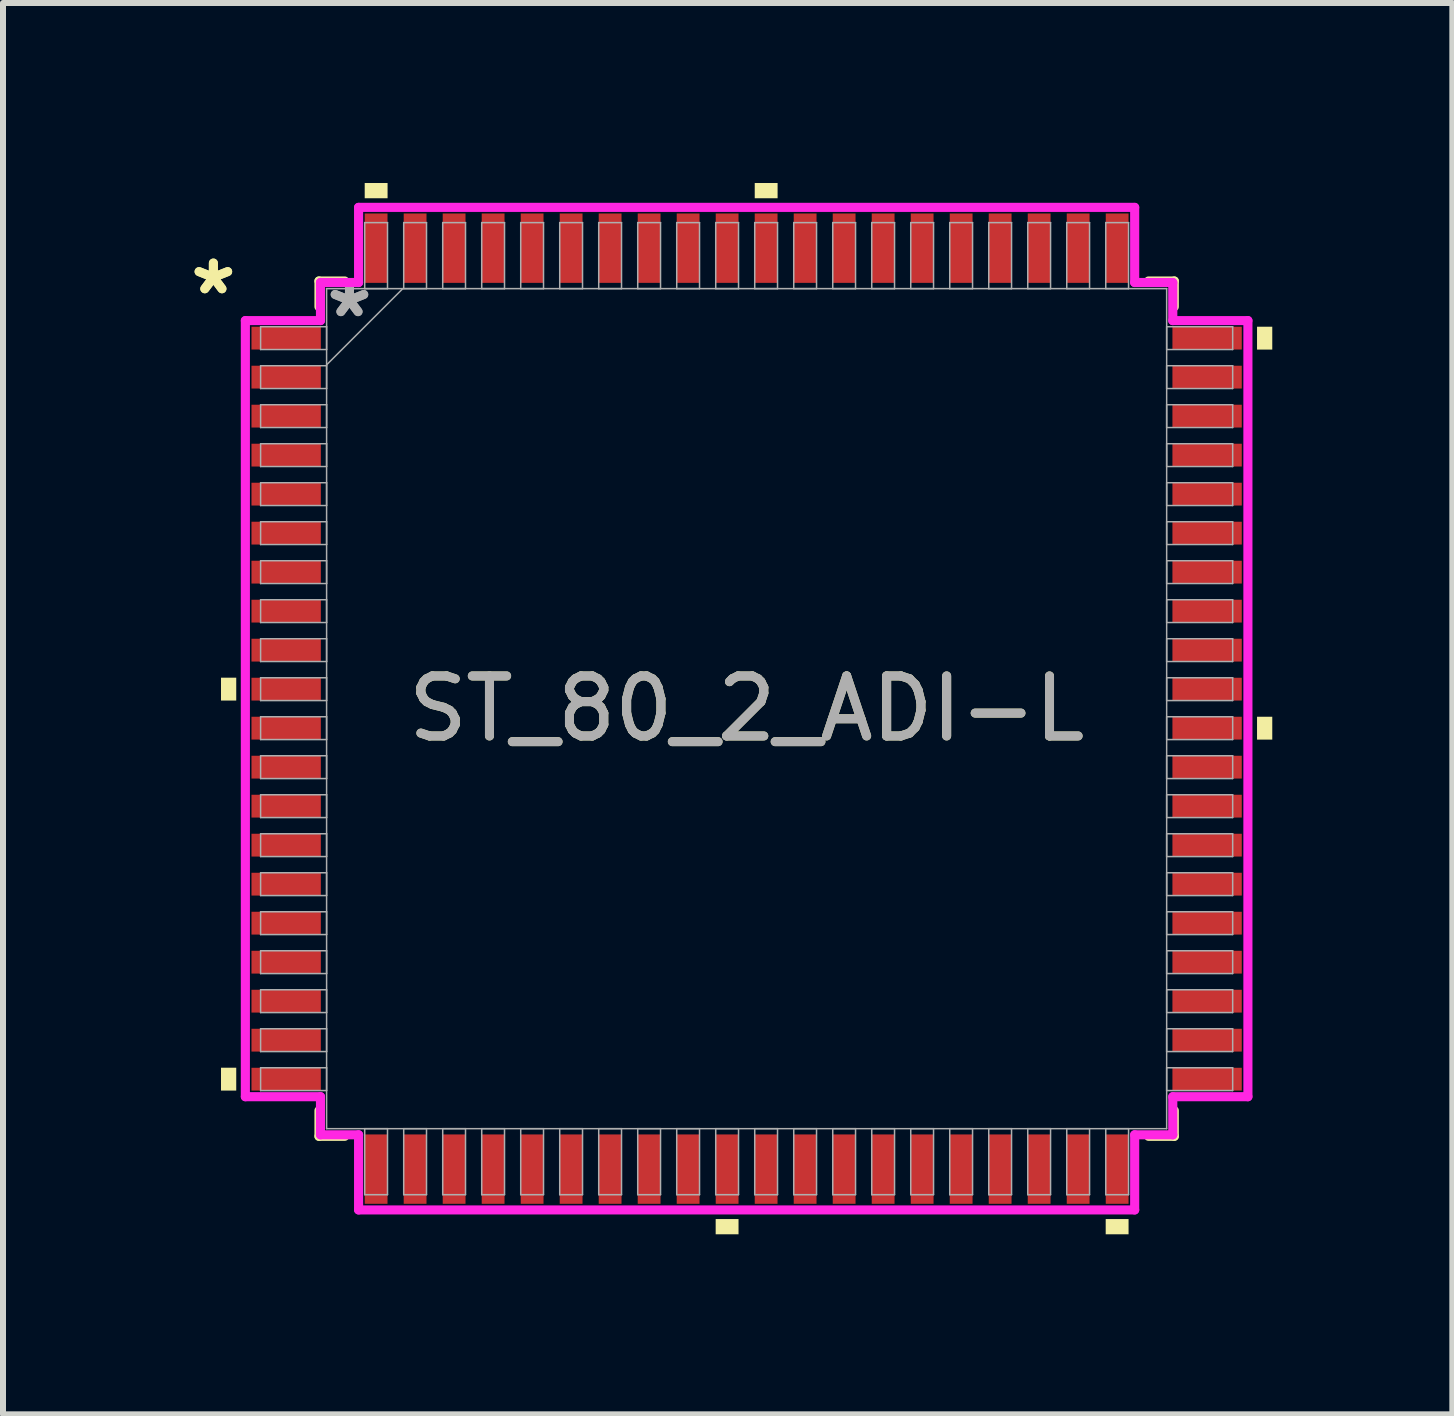
<source format=kicad_pcb>
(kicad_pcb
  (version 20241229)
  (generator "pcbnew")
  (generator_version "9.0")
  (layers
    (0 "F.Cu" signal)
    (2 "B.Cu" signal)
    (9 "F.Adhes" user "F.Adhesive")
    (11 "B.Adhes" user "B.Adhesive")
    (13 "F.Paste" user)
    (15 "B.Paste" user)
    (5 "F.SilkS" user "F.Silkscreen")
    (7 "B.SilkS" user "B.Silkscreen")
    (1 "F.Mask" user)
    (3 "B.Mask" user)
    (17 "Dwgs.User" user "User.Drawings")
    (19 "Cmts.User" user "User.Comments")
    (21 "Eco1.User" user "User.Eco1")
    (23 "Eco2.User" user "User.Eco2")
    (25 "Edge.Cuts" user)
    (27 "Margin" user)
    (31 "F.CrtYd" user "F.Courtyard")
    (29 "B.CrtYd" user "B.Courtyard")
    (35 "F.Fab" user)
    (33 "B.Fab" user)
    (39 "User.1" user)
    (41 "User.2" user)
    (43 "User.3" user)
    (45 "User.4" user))
  (footprint "ST_80_2_ADI-L"
    (layer "F.Cu")
    (at 9.393 8.76)
    (property "Reference" "ST_80_2_ADI-L" (at 0 0 0) (unlocked yes) (layer "F.SilkS") (effects (font (size 1 1) (thickness 0.15))))
    (attr smd)
    (fp_line (start -7.127 -7.127) (end -7.127 -6.698) (stroke (width 0.152) (type solid)) (layer "F.SilkS"))
    (fp_line (start -7.127 6.698) (end -7.127 7.127) (stroke (width 0.152) (type solid)) (layer "F.SilkS"))
    (fp_line (start -7.127 7.127) (end -6.698 7.127) (stroke (width 0.152) (type solid)) (layer "F.SilkS"))
    (fp_line (start -6.698 -7.127) (end -7.127 -7.127) (stroke (width 0.152) (type solid)) (layer "F.SilkS"))
    (fp_line (start 6.698 7.127) (end 7.127 7.127) (stroke (width 0.152) (type solid)) (layer "F.SilkS"))
    (fp_line (start 7.127 -7.127) (end 6.698 -7.127) (stroke (width 0.152) (type solid)) (layer "F.SilkS"))
    (fp_line (start 7.127 -6.698) (end 7.127 -7.127) (stroke (width 0.152) (type solid)) (layer "F.SilkS"))
    (fp_line (start 7.127 7.127) (end 7.127 6.698) (stroke (width 0.152) (type solid)) (layer "F.SilkS"))
    (fp_poly (pts (xy -8.76 -0.516) (xy -8.76 -0.135) (xy -8.506 -0.135) (xy -8.506 -0.516)) (stroke (width 0) (type solid)) (fill yes) (layer "F.SilkS"))
    (fp_poly (pts (xy -8.76 5.984) (xy -8.76 6.365) (xy -8.506 6.365) (xy -8.506 5.984)) (stroke (width 0) (type solid)) (fill yes) (layer "F.SilkS"))
    (fp_poly (pts (xy -6.365 -8.506) (xy -6.365 -8.76) (xy -5.984 -8.76) (xy -5.984 -8.506)) (stroke (width 0) (type solid)) (fill yes) (layer "F.SilkS"))
    (fp_poly (pts (xy -0.516 8.506) (xy -0.516 8.76) (xy -0.135 8.76) (xy -0.135 8.506)) (stroke (width 0) (type solid)) (fill yes) (layer "F.SilkS"))
    (fp_poly (pts (xy 0.135 -8.506) (xy 0.135 -8.76) (xy 0.516 -8.76) (xy 0.516 -8.506)) (stroke (width 0) (type solid)) (fill yes) (layer "F.SilkS"))
    (fp_poly (pts (xy 5.984 8.506) (xy 5.984 8.76) (xy 6.365 8.76) (xy 6.365 8.506)) (stroke (width 0) (type solid)) (fill yes) (layer "F.SilkS"))
    (fp_poly (pts (xy 8.76 -6.365) (xy 8.76 -5.984) (xy 8.506 -5.984) (xy 8.506 -6.365)) (stroke (width 0) (type solid)) (fill yes) (layer "F.SilkS"))
    (fp_poly (pts (xy 8.76 0.135) (xy 8.76 0.516) (xy 8.506 0.516) (xy 8.506 0.135)) (stroke (width 0) (type solid)) (fill yes) (layer "F.SilkS"))
    (fp_line (start -8.354 -6.467) (end -7.102 -6.467) (stroke (width 0.152) (type solid)) (layer "F.CrtYd"))
    (fp_line (start -8.354 6.467) (end -8.354 -6.467) (stroke (width 0.152) (type solid)) (layer "F.CrtYd"))
    (fp_line (start -7.102 -7.102) (end -6.467 -7.102) (stroke (width 0.152) (type solid)) (layer "F.CrtYd"))
    (fp_line (start -7.102 -6.467) (end -7.102 -7.102) (stroke (width 0.152) (type solid)) (layer "F.CrtYd"))
    (fp_line (start -7.102 6.467) (end -8.354 6.467) (stroke (width 0.152) (type solid)) (layer "F.CrtYd"))
    (fp_line (start -7.102 7.102) (end -7.102 6.467) (stroke (width 0.152) (type solid)) (layer "F.CrtYd"))
    (fp_line (start -7.102 7.102) (end -6.467 7.102) (stroke (width 0.152) (type solid)) (layer "F.CrtYd"))
    (fp_line (start -6.467 -8.354) (end 6.467 -8.354) (stroke (width 0.152) (type solid)) (layer "F.CrtYd"))
    (fp_line (start -6.467 -7.102) (end -6.467 -8.354) (stroke (width 0.152) (type solid)) (layer "F.CrtYd"))
    (fp_line (start -6.467 7.102) (end -6.467 8.354) (stroke (width 0.152) (type solid)) (layer "F.CrtYd"))
    (fp_line (start -6.467 8.354) (end 6.467 8.354) (stroke (width 0.152) (type solid)) (layer "F.CrtYd"))
    (fp_line (start 6.467 -8.354) (end 6.467 -7.102) (stroke (width 0.152) (type solid)) (layer "F.CrtYd"))
    (fp_line (start 6.467 -7.102) (end 7.102 -7.102) (stroke (width 0.152) (type solid)) (layer "F.CrtYd"))
    (fp_line (start 6.467 7.102) (end 7.102 7.102) (stroke (width 0.152) (type solid)) (layer "F.CrtYd"))
    (fp_line (start 6.467 8.354) (end 6.467 7.102) (stroke (width 0.152) (type solid)) (layer "F.CrtYd"))
    (fp_line (start 7.102 -6.467) (end 7.102 -7.102) (stroke (width 0.152) (type solid)) (layer "F.CrtYd"))
    (fp_line (start 7.102 6.467) (end 8.354 6.467) (stroke (width 0.152) (type solid)) (layer "F.CrtYd"))
    (fp_line (start 7.102 7.102) (end 7.102 6.467) (stroke (width 0.152) (type solid)) (layer "F.CrtYd"))
    (fp_line (start 8.354 -6.467) (end 7.102 -6.467) (stroke (width 0.152) (type solid)) (layer "F.CrtYd"))
    (fp_line (start 8.354 6.467) (end 8.354 -6.467) (stroke (width 0.152) (type solid)) (layer "F.CrtYd"))
    (fp_line (start -8.1 -6.365) (end -8.1 -5.985) (stroke (width 0.025) (type solid)) (layer "F.Fab"))
    (fp_line (start -8.1 -5.985) (end -7 -5.985) (stroke (width 0.025) (type solid)) (layer "F.Fab"))
    (fp_line (start -8.1 -5.715) (end -8.1 -5.335) (stroke (width 0.025) (type solid)) (layer "F.Fab"))
    (fp_line (start -8.1 -5.335) (end -7 -5.335) (stroke (width 0.025) (type solid)) (layer "F.Fab"))
    (fp_line (start -8.1 -5.065) (end -8.1 -4.685) (stroke (width 0.025) (type solid)) (layer "F.Fab"))
    (fp_line (start -8.1 -4.685) (end -7 -4.685) (stroke (width 0.025) (type solid)) (layer "F.Fab"))
    (fp_line (start -8.1 -4.415) (end -8.1 -4.035) (stroke (width 0.025) (type solid)) (layer "F.Fab"))
    (fp_line (start -8.1 -4.035) (end -7 -4.035) (stroke (width 0.025) (type solid)) (layer "F.Fab"))
    (fp_line (start -8.1 -3.765) (end -8.1 -3.385) (stroke (width 0.025) (type solid)) (layer "F.Fab"))
    (fp_line (start -8.1 -3.385) (end -7 -3.385) (stroke (width 0.025) (type solid)) (layer "F.Fab"))
    (fp_line (start -8.1 -3.115) (end -8.1 -2.735) (stroke (width 0.025) (type solid)) (layer "F.Fab"))
    (fp_line (start -8.1 -2.735) (end -7 -2.735) (stroke (width 0.025) (type solid)) (layer "F.Fab"))
    (fp_line (start -8.1 -2.465) (end -8.1 -2.085) (stroke (width 0.025) (type solid)) (layer "F.Fab"))
    (fp_line (start -8.1 -2.085) (end -7 -2.085) (stroke (width 0.025) (type solid)) (layer "F.Fab"))
    (fp_line (start -8.1 -1.815) (end -8.1 -1.435) (stroke (width 0.025) (type solid)) (layer "F.Fab"))
    (fp_line (start -8.1 -1.435) (end -7 -1.435) (stroke (width 0.025) (type solid)) (layer "F.Fab"))
    (fp_line (start -8.1 -1.165) (end -8.1 -0.785) (stroke (width 0.025) (type solid)) (layer "F.Fab"))
    (fp_line (start -8.1 -0.785) (end -7 -0.785) (stroke (width 0.025) (type solid)) (layer "F.Fab"))
    (fp_line (start -8.1 -0.515) (end -8.1 -0.135) (stroke (width 0.025) (type solid)) (layer "F.Fab"))
    (fp_line (start -8.1 -0.135) (end -7 -0.135) (stroke (width 0.025) (type solid)) (layer "F.Fab"))
    (fp_line (start -8.1 0.135) (end -8.1 0.515) (stroke (width 0.025) (type solid)) (layer "F.Fab"))
    (fp_line (start -8.1 0.515) (end -7 0.515) (stroke (width 0.025) (type solid)) (layer "F.Fab"))
    (fp_line (start -8.1 0.785) (end -8.1 1.165) (stroke (width 0.025) (type solid)) (layer "F.Fab"))
    (fp_line (start -8.1 1.165) (end -7 1.165) (stroke (width 0.025) (type solid)) (layer "F.Fab"))
    (fp_line (start -8.1 1.435) (end -8.1 1.815) (stroke (width 0.025) (type solid)) (layer "F.Fab"))
    (fp_line (start -8.1 1.815) (end -7 1.815) (stroke (width 0.025) (type solid)) (layer "F.Fab"))
    (fp_line (start -8.1 2.085) (end -8.1 2.465) (stroke (width 0.025) (type solid)) (layer "F.Fab"))
    (fp_line (start -8.1 2.465) (end -7 2.465) (stroke (width 0.025) (type solid)) (layer "F.Fab"))
    (fp_line (start -8.1 2.735) (end -8.1 3.115) (stroke (width 0.025) (type solid)) (layer "F.Fab"))
    (fp_line (start -8.1 3.115) (end -7 3.115) (stroke (width 0.025) (type solid)) (layer "F.Fab"))
    (fp_line (start -8.1 3.385) (end -8.1 3.765) (stroke (width 0.025) (type solid)) (layer "F.Fab"))
    (fp_line (start -8.1 3.765) (end -7 3.765) (stroke (width 0.025) (type solid)) (layer "F.Fab"))
    (fp_line (start -8.1 4.035) (end -8.1 4.415) (stroke (width 0.025) (type solid)) (layer "F.Fab"))
    (fp_line (start -8.1 4.415) (end -7 4.415) (stroke (width 0.025) (type solid)) (layer "F.Fab"))
    (fp_line (start -8.1 4.685) (end -8.1 5.065) (stroke (width 0.025) (type solid)) (layer "F.Fab"))
    (fp_line (start -8.1 5.065) (end -7 5.065) (stroke (width 0.025) (type solid)) (layer "F.Fab"))
    (fp_line (start -8.1 5.335) (end -8.1 5.715) (stroke (width 0.025) (type solid)) (layer "F.Fab"))
    (fp_line (start -8.1 5.715) (end -7 5.715) (stroke (width 0.025) (type solid)) (layer "F.Fab"))
    (fp_line (start -8.1 5.985) (end -8.1 6.365) (stroke (width 0.025) (type solid)) (layer "F.Fab"))
    (fp_line (start -8.1 6.365) (end -7 6.365) (stroke (width 0.025) (type solid)) (layer "F.Fab"))
    (fp_line (start -7 -7) (end -7 7) (stroke (width 0.025) (type solid)) (layer "F.Fab"))
    (fp_line (start -7 -6.365) (end -8.1 -6.365) (stroke (width 0.025) (type solid)) (layer "F.Fab"))
    (fp_line (start -7 -5.985) (end -7 -6.365) (stroke (width 0.025) (type solid)) (layer "F.Fab"))
    (fp_line (start -7 -5.73) (end -5.73 -7) (stroke (width 0.025) (type solid)) (layer "F.Fab"))
    (fp_line (start -7 -5.715) (end -8.1 -5.715) (stroke (width 0.025) (type solid)) (layer "F.Fab"))
    (fp_line (start -7 -5.335) (end -7 -5.715) (stroke (width 0.025) (type solid)) (layer "F.Fab"))
    (fp_line (start -7 -5.065) (end -8.1 -5.065) (stroke (width 0.025) (type solid)) (layer "F.Fab"))
    (fp_line (start -7 -4.685) (end -7 -5.065) (stroke (width 0.025) (type solid)) (layer "F.Fab"))
    (fp_line (start -7 -4.415) (end -8.1 -4.415) (stroke (width 0.025) (type solid)) (layer "F.Fab"))
    (fp_line (start -7 -4.035) (end -7 -4.415) (stroke (width 0.025) (type solid)) (layer "F.Fab"))
    (fp_line (start -7 -3.765) (end -8.1 -3.765) (stroke (width 0.025) (type solid)) (layer "F.Fab"))
    (fp_line (start -7 -3.385) (end -7 -3.765) (stroke (width 0.025) (type solid)) (layer "F.Fab"))
    (fp_line (start -7 -3.115) (end -8.1 -3.115) (stroke (width 0.025) (type solid)) (layer "F.Fab"))
    (fp_line (start -7 -2.735) (end -7 -3.115) (stroke (width 0.025) (type solid)) (layer "F.Fab"))
    (fp_line (start -7 -2.465) (end -8.1 -2.465) (stroke (width 0.025) (type solid)) (layer "F.Fab"))
    (fp_line (start -7 -2.085) (end -7 -2.465) (stroke (width 0.025) (type solid)) (layer "F.Fab"))
    (fp_line (start -7 -1.815) (end -8.1 -1.815) (stroke (width 0.025) (type solid)) (layer "F.Fab"))
    (fp_line (start -7 -1.435) (end -7 -1.815) (stroke (width 0.025) (type solid)) (layer "F.Fab"))
    (fp_line (start -7 -1.165) (end -8.1 -1.165) (stroke (width 0.025) (type solid)) (layer "F.Fab"))
    (fp_line (start -7 -0.785) (end -7 -1.165) (stroke (width 0.025) (type solid)) (layer "F.Fab"))
    (fp_line (start -7 -0.515) (end -8.1 -0.515) (stroke (width 0.025) (type solid)) (layer "F.Fab"))
    (fp_line (start -7 -0.135) (end -7 -0.515) (stroke (width 0.025) (type solid)) (layer "F.Fab"))
    (fp_line (start -7 0.135) (end -8.1 0.135) (stroke (width 0.025) (type solid)) (layer "F.Fab"))
    (fp_line (start -7 0.515) (end -7 0.135) (stroke (width 0.025) (type solid)) (layer "F.Fab"))
    (fp_line (start -7 0.785) (end -8.1 0.785) (stroke (width 0.025) (type solid)) (layer "F.Fab"))
    (fp_line (start -7 1.165) (end -7 0.785) (stroke (width 0.025) (type solid)) (layer "F.Fab"))
    (fp_line (start -7 1.435) (end -8.1 1.435) (stroke (width 0.025) (type solid)) (layer "F.Fab"))
    (fp_line (start -7 1.815) (end -7 1.435) (stroke (width 0.025) (type solid)) (layer "F.Fab"))
    (fp_line (start -7 2.085) (end -8.1 2.085) (stroke (width 0.025) (type solid)) (layer "F.Fab"))
    (fp_line (start -7 2.465) (end -7 2.085) (stroke (width 0.025) (type solid)) (layer "F.Fab"))
    (fp_line (start -7 2.735) (end -8.1 2.735) (stroke (width 0.025) (type solid)) (layer "F.Fab"))
    (fp_line (start -7 3.115) (end -7 2.735) (stroke (width 0.025) (type solid)) (layer "F.Fab"))
    (fp_line (start -7 3.385) (end -8.1 3.385) (stroke (width 0.025) (type solid)) (layer "F.Fab"))
    (fp_line (start -7 3.765) (end -7 3.385) (stroke (width 0.025) (type solid)) (layer "F.Fab"))
    (fp_line (start -7 4.035) (end -8.1 4.035) (stroke (width 0.025) (type solid)) (layer "F.Fab"))
    (fp_line (start -7 4.415) (end -7 4.035) (stroke (width 0.025) (type solid)) (layer "F.Fab"))
    (fp_line (start -7 4.685) (end -8.1 4.685) (stroke (width 0.025) (type solid)) (layer "F.Fab"))
    (fp_line (start -7 5.065) (end -7 4.685) (stroke (width 0.025) (type solid)) (layer "F.Fab"))
    (fp_line (start -7 5.335) (end -8.1 5.335) (stroke (width 0.025) (type solid)) (layer "F.Fab"))
    (fp_line (start -7 5.715) (end -7 5.335) (stroke (width 0.025) (type solid)) (layer "F.Fab"))
    (fp_line (start -7 5.985) (end -8.1 5.985) (stroke (width 0.025) (type solid)) (layer "F.Fab"))
    (fp_line (start -7 6.365) (end -7 5.985) (stroke (width 0.025) (type solid)) (layer "F.Fab"))
    (fp_line (start -7 7) (end 7 7) (stroke (width 0.025) (type solid)) (layer "F.Fab"))
    (fp_line (start -6.365 7) (end -6.365 8.1) (stroke (width 0.025) (type solid)) (layer "F.Fab"))
    (fp_line (start -6.365 8.1) (end -5.985 8.1) (stroke (width 0.025) (type solid)) (layer "F.Fab"))
    (fp_line (start -6.365 -8.1) (end -6.365 -7) (stroke (width 0.025) (type solid)) (layer "F.Fab"))
    (fp_line (start -6.365 -7) (end -5.985 -7) (stroke (width 0.025) (type solid)) (layer "F.Fab"))
    (fp_line (start -5.985 7) (end -6.365 7) (stroke (width 0.025) (type solid)) (layer "F.Fab"))
    (fp_line (start -5.985 8.1) (end -5.985 7) (stroke (width 0.025) (type solid)) (layer "F.Fab"))
    (fp_line (start -5.985 -8.1) (end -6.365 -8.1) (stroke (width 0.025) (type solid)) (layer "F.Fab"))
    (fp_line (start -5.985 -7) (end -5.985 -8.1) (stroke (width 0.025) (type solid)) (layer "F.Fab"))
    (fp_line (start -5.715 7) (end -5.715 8.1) (stroke (width 0.025) (type solid)) (layer "F.Fab"))
    (fp_line (start -5.715 8.1) (end -5.335 8.1) (stroke (width 0.025) (type solid)) (layer "F.Fab"))
    (fp_line (start -5.715 -8.1) (end -5.715 -7) (stroke (width 0.025) (type solid)) (layer "F.Fab"))
    (fp_line (start -5.715 -7) (end -5.335 -7) (stroke (width 0.025) (type solid)) (layer "F.Fab"))
    (fp_line (start -5.335 7) (end -5.715 7) (stroke (width 0.025) (type solid)) (layer "F.Fab"))
    (fp_line (start -5.335 8.1) (end -5.335 7) (stroke (width 0.025) (type solid)) (layer "F.Fab"))
    (fp_line (start -5.335 -8.1) (end -5.715 -8.1) (stroke (width 0.025) (type solid)) (layer "F.Fab"))
    (fp_line (start -5.335 -7) (end -5.335 -8.1) (stroke (width 0.025) (type solid)) (layer "F.Fab"))
    (fp_line (start -5.065 7) (end -5.065 8.1) (stroke (width 0.025) (type solid)) (layer "F.Fab"))
    (fp_line (start -5.065 8.1) (end -4.685 8.1) (stroke (width 0.025) (type solid)) (layer "F.Fab"))
    (fp_line (start -5.065 -8.1) (end -5.065 -7) (stroke (width 0.025) (type solid)) (layer "F.Fab"))
    (fp_line (start -5.065 -7) (end -4.685 -7) (stroke (width 0.025) (type solid)) (layer "F.Fab"))
    (fp_line (start -4.685 7) (end -5.065 7) (stroke (width 0.025) (type solid)) (layer "F.Fab"))
    (fp_line (start -4.685 8.1) (end -4.685 7) (stroke (width 0.025) (type solid)) (layer "F.Fab"))
    (fp_line (start -4.685 -8.1) (end -5.065 -8.1) (stroke (width 0.025) (type solid)) (layer "F.Fab"))
    (fp_line (start -4.685 -7) (end -4.685 -8.1) (stroke (width 0.025) (type solid)) (layer "F.Fab"))
    (fp_line (start -4.415 7) (end -4.415 8.1) (stroke (width 0.025) (type solid)) (layer "F.Fab"))
    (fp_line (start -4.415 8.1) (end -4.035 8.1) (stroke (width 0.025) (type solid)) (layer "F.Fab"))
    (fp_line (start -4.415 -8.1) (end -4.415 -7) (stroke (width 0.025) (type solid)) (layer "F.Fab"))
    (fp_line (start -4.415 -7) (end -4.035 -7) (stroke (width 0.025) (type solid)) (layer "F.Fab"))
    (fp_line (start -4.035 7) (end -4.415 7) (stroke (width 0.025) (type solid)) (layer "F.Fab"))
    (fp_line (start -4.035 8.1) (end -4.035 7) (stroke (width 0.025) (type solid)) (layer "F.Fab"))
    (fp_line (start -4.035 -8.1) (end -4.415 -8.1) (stroke (width 0.025) (type solid)) (layer "F.Fab"))
    (fp_line (start -4.035 -7) (end -4.035 -8.1) (stroke (width 0.025) (type solid)) (layer "F.Fab"))
    (fp_line (start -3.765 -8.1) (end -3.765 -7) (stroke (width 0.025) (type solid)) (layer "F.Fab"))
    (fp_line (start -3.765 -7) (end -3.385 -7) (stroke (width 0.025) (type solid)) (layer "F.Fab"))
    (fp_line (start -3.765 7) (end -3.765 8.1) (stroke (width 0.025) (type solid)) (layer "F.Fab"))
    (fp_line (start -3.765 8.1) (end -3.385 8.1) (stroke (width 0.025) (type solid)) (layer "F.Fab"))
    (fp_line (start -3.385 -8.1) (end -3.765 -8.1) (stroke (width 0.025) (type solid)) (layer "F.Fab"))
    (fp_line (start -3.385 -7) (end -3.385 -8.1) (stroke (width 0.025) (type solid)) (layer "F.Fab"))
    (fp_line (start -3.385 7) (end -3.765 7) (stroke (width 0.025) (type solid)) (layer "F.Fab"))
    (fp_line (start -3.385 8.1) (end -3.385 7) (stroke (width 0.025) (type solid)) (layer "F.Fab"))
    (fp_line (start -3.115 -8.1) (end -3.115 -7) (stroke (width 0.025) (type solid)) (layer "F.Fab"))
    (fp_line (start -3.115 -7) (end -2.735 -7) (stroke (width 0.025) (type solid)) (layer "F.Fab"))
    (fp_line (start -3.115 7) (end -3.115 8.1) (stroke (width 0.025) (type solid)) (layer "F.Fab"))
    (fp_line (start -3.115 8.1) (end -2.735 8.1) (stroke (width 0.025) (type solid)) (layer "F.Fab"))
    (fp_line (start -2.735 -8.1) (end -3.115 -8.1) (stroke (width 0.025) (type solid)) (layer "F.Fab"))
    (fp_line (start -2.735 -7) (end -2.735 -8.1) (stroke (width 0.025) (type solid)) (layer "F.Fab"))
    (fp_line (start -2.735 7) (end -3.115 7) (stroke (width 0.025) (type solid)) (layer "F.Fab"))
    (fp_line (start -2.735 8.1) (end -2.735 7) (stroke (width 0.025) (type solid)) (layer "F.Fab"))
    (fp_line (start -2.465 -8.1) (end -2.465 -7) (stroke (width 0.025) (type solid)) (layer "F.Fab"))
    (fp_line (start -2.465 -7) (end -2.085 -7) (stroke (width 0.025) (type solid)) (layer "F.Fab"))
    (fp_line (start -2.465 7) (end -2.465 8.1) (stroke (width 0.025) (type solid)) (layer "F.Fab"))
    (fp_line (start -2.465 8.1) (end -2.085 8.1) (stroke (width 0.025) (type solid)) (layer "F.Fab"))
    (fp_line (start -2.085 -8.1) (end -2.465 -8.1) (stroke (width 0.025) (type solid)) (layer "F.Fab"))
    (fp_line (start -2.085 -7) (end -2.085 -8.1) (stroke (width 0.025) (type solid)) (layer "F.Fab"))
    (fp_line (start -2.085 7) (end -2.465 7) (stroke (width 0.025) (type solid)) (layer "F.Fab"))
    (fp_line (start -2.085 8.1) (end -2.085 7) (stroke (width 0.025) (type solid)) (layer "F.Fab"))
    (fp_line (start -1.815 -8.1) (end -1.815 -7) (stroke (width 0.025) (type solid)) (layer "F.Fab"))
    (fp_line (start -1.815 -7) (end -1.435 -7) (stroke (width 0.025) (type solid)) (layer "F.Fab"))
    (fp_line (start -1.815 7) (end -1.815 8.1) (stroke (width 0.025) (type solid)) (layer "F.Fab"))
    (fp_line (start -1.815 8.1) (end -1.435 8.1) (stroke (width 0.025) (type solid)) (layer "F.Fab"))
    (fp_line (start -1.435 -8.1) (end -1.815 -8.1) (stroke (width 0.025) (type solid)) (layer "F.Fab"))
    (fp_line (start -1.435 -7) (end -1.435 -8.1) (stroke (width 0.025) (type solid)) (layer "F.Fab"))
    (fp_line (start -1.435 7) (end -1.815 7) (stroke (width 0.025) (type solid)) (layer "F.Fab"))
    (fp_line (start -1.435 8.1) (end -1.435 7) (stroke (width 0.025) (type solid)) (layer "F.Fab"))
    (fp_line (start -1.165 -8.1) (end -1.165 -7) (stroke (width 0.025) (type solid)) (layer "F.Fab"))
    (fp_line (start -1.165 -7) (end -0.785 -7) (stroke (width 0.025) (type solid)) (layer "F.Fab"))
    (fp_line (start -1.165 7) (end -1.165 8.1) (stroke (width 0.025) (type solid)) (layer "F.Fab"))
    (fp_line (start -1.165 8.1) (end -0.785 8.1) (stroke (width 0.025) (type solid)) (layer "F.Fab"))
    (fp_line (start -0.785 -8.1) (end -1.165 -8.1) (stroke (width 0.025) (type solid)) (layer "F.Fab"))
    (fp_line (start -0.785 -7) (end -0.785 -8.1) (stroke (width 0.025) (type solid)) (layer "F.Fab"))
    (fp_line (start -0.785 7) (end -1.165 7) (stroke (width 0.025) (type solid)) (layer "F.Fab"))
    (fp_line (start -0.785 8.1) (end -0.785 7) (stroke (width 0.025) (type solid)) (layer "F.Fab"))
    (fp_line (start -0.515 -8.1) (end -0.515 -7) (stroke (width 0.025) (type solid)) (layer "F.Fab"))
    (fp_line (start -0.515 -7) (end -0.135 -7) (stroke (width 0.025) (type solid)) (layer "F.Fab"))
    (fp_line (start -0.515 7) (end -0.515 8.1) (stroke (width 0.025) (type solid)) (layer "F.Fab"))
    (fp_line (start -0.515 8.1) (end -0.135 8.1) (stroke (width 0.025) (type solid)) (layer "F.Fab"))
    (fp_line (start -0.135 -8.1) (end -0.515 -8.1) (stroke (width 0.025) (type solid)) (layer "F.Fab"))
    (fp_line (start -0.135 -7) (end -0.135 -8.1) (stroke (width 0.025) (type solid)) (layer "F.Fab"))
    (fp_line (start -0.135 7) (end -0.515 7) (stroke (width 0.025) (type solid)) (layer "F.Fab"))
    (fp_line (start -0.135 8.1) (end -0.135 7) (stroke (width 0.025) (type solid)) (layer "F.Fab"))
    (fp_line (start 0.135 -8.1) (end 0.135 -7) (stroke (width 0.025) (type solid)) (layer "F.Fab"))
    (fp_line (start 0.135 -7) (end 0.515 -7) (stroke (width 0.025) (type solid)) (layer "F.Fab"))
    (fp_line (start 0.135 7) (end 0.135 8.1) (stroke (width 0.025) (type solid)) (layer "F.Fab"))
    (fp_line (start 0.135 8.1) (end 0.515 8.1) (stroke (width 0.025) (type solid)) (layer "F.Fab"))
    (fp_line (start 0.515 -8.1) (end 0.135 -8.1) (stroke (width 0.025) (type solid)) (layer "F.Fab"))
    (fp_line (start 0.515 -7) (end 0.515 -8.1) (stroke (width 0.025) (type solid)) (layer "F.Fab"))
    (fp_line (start 0.515 7) (end 0.135 7) (stroke (width 0.025) (type solid)) (layer "F.Fab"))
    (fp_line (start 0.515 8.1) (end 0.515 7) (stroke (width 0.025) (type solid)) (layer "F.Fab"))
    (fp_line (start 0.785 -8.1) (end 0.785 -7) (stroke (width 0.025) (type solid)) (layer "F.Fab"))
    (fp_line (start 0.785 -7) (end 1.165 -7) (stroke (width 0.025) (type solid)) (layer "F.Fab"))
    (fp_line (start 0.785 7) (end 0.785 8.1) (stroke (width 0.025) (type solid)) (layer "F.Fab"))
    (fp_line (start 0.785 8.1) (end 1.165 8.1) (stroke (width 0.025) (type solid)) (layer "F.Fab"))
    (fp_line (start 1.165 -8.1) (end 0.785 -8.1) (stroke (width 0.025) (type solid)) (layer "F.Fab"))
    (fp_line (start 1.165 -7) (end 1.165 -8.1) (stroke (width 0.025) (type solid)) (layer "F.Fab"))
    (fp_line (start 1.165 7) (end 0.785 7) (stroke (width 0.025) (type solid)) (layer "F.Fab"))
    (fp_line (start 1.165 8.1) (end 1.165 7) (stroke (width 0.025) (type solid)) (layer "F.Fab"))
    (fp_line (start 1.435 -8.1) (end 1.435 -7) (stroke (width 0.025) (type solid)) (layer "F.Fab"))
    (fp_line (start 1.435 -7) (end 1.815 -7) (stroke (width 0.025) (type solid)) (layer "F.Fab"))
    (fp_line (start 1.435 7) (end 1.435 8.1) (stroke (width 0.025) (type solid)) (layer "F.Fab"))
    (fp_line (start 1.435 8.1) (end 1.815 8.1) (stroke (width 0.025) (type solid)) (layer "F.Fab"))
    (fp_line (start 1.815 -8.1) (end 1.435 -8.1) (stroke (width 0.025) (type solid)) (layer "F.Fab"))
    (fp_line (start 1.815 -7) (end 1.815 -8.1) (stroke (width 0.025) (type solid)) (layer "F.Fab"))
    (fp_line (start 1.815 7) (end 1.435 7) (stroke (width 0.025) (type solid)) (layer "F.Fab"))
    (fp_line (start 1.815 8.1) (end 1.815 7) (stroke (width 0.025) (type solid)) (layer "F.Fab"))
    (fp_line (start 2.085 -8.1) (end 2.085 -7) (stroke (width 0.025) (type solid)) (layer "F.Fab"))
    (fp_line (start 2.085 -7) (end 2.465 -7) (stroke (width 0.025) (type solid)) (layer "F.Fab"))
    (fp_line (start 2.085 7) (end 2.085 8.1) (stroke (width 0.025) (type solid)) (layer "F.Fab"))
    (fp_line (start 2.085 8.1) (end 2.465 8.1) (stroke (width 0.025) (type solid)) (layer "F.Fab"))
    (fp_line (start 2.465 -8.1) (end 2.085 -8.1) (stroke (width 0.025) (type solid)) (layer "F.Fab"))
    (fp_line (start 2.465 -7) (end 2.465 -8.1) (stroke (width 0.025) (type solid)) (layer "F.Fab"))
    (fp_line (start 2.465 7) (end 2.085 7) (stroke (width 0.025) (type solid)) (layer "F.Fab"))
    (fp_line (start 2.465 8.1) (end 2.465 7) (stroke (width 0.025) (type solid)) (layer "F.Fab"))
    (fp_line (start 2.735 -8.1) (end 2.735 -7) (stroke (width 0.025) (type solid)) (layer "F.Fab"))
    (fp_line (start 2.735 -7) (end 3.115 -7) (stroke (width 0.025) (type solid)) (layer "F.Fab"))
    (fp_line (start 2.735 7) (end 2.735 8.1) (stroke (width 0.025) (type solid)) (layer "F.Fab"))
    (fp_line (start 2.735 8.1) (end 3.115 8.1) (stroke (width 0.025) (type solid)) (layer "F.Fab"))
    (fp_line (start 3.115 -8.1) (end 2.735 -8.1) (stroke (width 0.025) (type solid)) (layer "F.Fab"))
    (fp_line (start 3.115 -7) (end 3.115 -8.1) (stroke (width 0.025) (type solid)) (layer "F.Fab"))
    (fp_line (start 3.115 7) (end 2.735 7) (stroke (width 0.025) (type solid)) (layer "F.Fab"))
    (fp_line (start 3.115 8.1) (end 3.115 7) (stroke (width 0.025) (type solid)) (layer "F.Fab"))
    (fp_line (start 3.385 -8.1) (end 3.385 -7) (stroke (width 0.025) (type solid)) (layer "F.Fab"))
    (fp_line (start 3.385 -7) (end 3.765 -7) (stroke (width 0.025) (type solid)) (layer "F.Fab"))
    (fp_line (start 3.385 7) (end 3.385 8.1) (stroke (width 0.025) (type solid)) (layer "F.Fab"))
    (fp_line (start 3.385 8.1) (end 3.765 8.1) (stroke (width 0.025) (type solid)) (layer "F.Fab"))
    (fp_line (start 3.765 -8.1) (end 3.385 -8.1) (stroke (width 0.025) (type solid)) (layer "F.Fab"))
    (fp_line (start 3.765 -7) (end 3.765 -8.1) (stroke (width 0.025) (type solid)) (layer "F.Fab"))
    (fp_line (start 3.765 7) (end 3.385 7) (stroke (width 0.025) (type solid)) (layer "F.Fab"))
    (fp_line (start 3.765 8.1) (end 3.765 7) (stroke (width 0.025) (type solid)) (layer "F.Fab"))
    (fp_line (start 4.035 7) (end 4.035 8.1) (stroke (width 0.025) (type solid)) (layer "F.Fab"))
    (fp_line (start 4.035 8.1) (end 4.415 8.1) (stroke (width 0.025) (type solid)) (layer "F.Fab"))
    (fp_line (start 4.035 -8.1) (end 4.035 -7) (stroke (width 0.025) (type solid)) (layer "F.Fab"))
    (fp_line (start 4.035 -7) (end 4.415 -7) (stroke (width 0.025) (type solid)) (layer "F.Fab"))
    (fp_line (start 4.415 7) (end 4.035 7) (stroke (width 0.025) (type solid)) (layer "F.Fab"))
    (fp_line (start 4.415 8.1) (end 4.415 7) (stroke (width 0.025) (type solid)) (layer "F.Fab"))
    (fp_line (start 4.415 -8.1) (end 4.035 -8.1) (stroke (width 0.025) (type solid)) (layer "F.Fab"))
    (fp_line (start 4.415 -7) (end 4.415 -8.1) (stroke (width 0.025) (type solid)) (layer "F.Fab"))
    (fp_line (start 4.685 7) (end 4.685 8.1) (stroke (width 0.025) (type solid)) (layer "F.Fab"))
    (fp_line (start 4.685 8.1) (end 5.065 8.1) (stroke (width 0.025) (type solid)) (layer "F.Fab"))
    (fp_line (start 4.685 -8.1) (end 4.685 -7) (stroke (width 0.025) (type solid)) (layer "F.Fab"))
    (fp_line (start 4.685 -7) (end 5.065 -7) (stroke (width 0.025) (type solid)) (layer "F.Fab"))
    (fp_line (start 5.065 7) (end 4.685 7) (stroke (width 0.025) (type solid)) (layer "F.Fab"))
    (fp_line (start 5.065 8.1) (end 5.065 7) (stroke (width 0.025) (type solid)) (layer "F.Fab"))
    (fp_line (start 5.065 -8.1) (end 4.685 -8.1) (stroke (width 0.025) (type solid)) (layer "F.Fab"))
    (fp_line (start 5.065 -7) (end 5.065 -8.1) (stroke (width 0.025) (type solid)) (layer "F.Fab"))
    (fp_line (start 5.335 7) (end 5.335 8.1) (stroke (width 0.025) (type solid)) (layer "F.Fab"))
    (fp_line (start 5.335 8.1) (end 5.715 8.1) (stroke (width 0.025) (type solid)) (layer "F.Fab"))
    (fp_line (start 5.335 -8.1) (end 5.335 -7) (stroke (width 0.025) (type solid)) (layer "F.Fab"))
    (fp_line (start 5.335 -7) (end 5.715 -7) (stroke (width 0.025) (type solid)) (layer "F.Fab"))
    (fp_line (start 5.715 7) (end 5.335 7) (stroke (width 0.025) (type solid)) (layer "F.Fab"))
    (fp_line (start 5.715 8.1) (end 5.715 7) (stroke (width 0.025) (type solid)) (layer "F.Fab"))
    (fp_line (start 5.715 -8.1) (end 5.335 -8.1) (stroke (width 0.025) (type solid)) (layer "F.Fab"))
    (fp_line (start 5.715 -7) (end 5.715 -8.1) (stroke (width 0.025) (type solid)) (layer "F.Fab"))
    (fp_line (start 5.985 7) (end 5.985 8.1) (stroke (width 0.025) (type solid)) (layer "F.Fab"))
    (fp_line (start 5.985 8.1) (end 6.365 8.1) (stroke (width 0.025) (type solid)) (layer "F.Fab"))
    (fp_line (start 5.985 -8.1) (end 5.985 -7) (stroke (width 0.025) (type solid)) (layer "F.Fab"))
    (fp_line (start 5.985 -7) (end 6.365 -7) (stroke (width 0.025) (type solid)) (layer "F.Fab"))
    (fp_line (start 6.365 7) (end 5.985 7) (stroke (width 0.025) (type solid)) (layer "F.Fab"))
    (fp_line (start 6.365 8.1) (end 6.365 7) (stroke (width 0.025) (type solid)) (layer "F.Fab"))
    (fp_line (start 6.365 -8.1) (end 5.985 -8.1) (stroke (width 0.025) (type solid)) (layer "F.Fab"))
    (fp_line (start 6.365 -7) (end 6.365 -8.1) (stroke (width 0.025) (type solid)) (layer "F.Fab"))
    (fp_line (start 7 -7) (end -7 -7) (stroke (width 0.025) (type solid)) (layer "F.Fab"))
    (fp_line (start 7 -6.365) (end 7 -5.985) (stroke (width 0.025) (type solid)) (layer "F.Fab"))
    (fp_line (start 7 -5.985) (end 8.1 -5.985) (stroke (width 0.025) (type solid)) (layer "F.Fab"))
    (fp_line (start 7 -5.715) (end 7 -5.335) (stroke (width 0.025) (type solid)) (layer "F.Fab"))
    (fp_line (start 7 -5.335) (end 8.1 -5.335) (stroke (width 0.025) (type solid)) (layer "F.Fab"))
    (fp_line (start 7 -5.065) (end 7 -4.685) (stroke (width 0.025) (type solid)) (layer "F.Fab"))
    (fp_line (start 7 -4.685) (end 8.1 -4.685) (stroke (width 0.025) (type solid)) (layer "F.Fab"))
    (fp_line (start 7 -4.415) (end 7 -4.035) (stroke (width 0.025) (type solid)) (layer "F.Fab"))
    (fp_line (start 7 -4.035) (end 8.1 -4.035) (stroke (width 0.025) (type solid)) (layer "F.Fab"))
    (fp_line (start 7 -3.765) (end 7 -3.385) (stroke (width 0.025) (type solid)) (layer "F.Fab"))
    (fp_line (start 7 -3.385) (end 8.1 -3.385) (stroke (width 0.025) (type solid)) (layer "F.Fab"))
    (fp_line (start 7 -3.115) (end 7 -2.735) (stroke (width 0.025) (type solid)) (layer "F.Fab"))
    (fp_line (start 7 -2.735) (end 8.1 -2.735) (stroke (width 0.025) (type solid)) (layer "F.Fab"))
    (fp_line (start 7 -2.465) (end 7 -2.085) (stroke (width 0.025) (type solid)) (layer "F.Fab"))
    (fp_line (start 7 -2.085) (end 8.1 -2.085) (stroke (width 0.025) (type solid)) (layer "F.Fab"))
    (fp_line (start 7 -1.815) (end 7 -1.435) (stroke (width 0.025) (type solid)) (layer "F.Fab"))
    (fp_line (start 7 -1.435) (end 8.1 -1.435) (stroke (width 0.025) (type solid)) (layer "F.Fab"))
    (fp_line (start 7 -1.165) (end 7 -0.785) (stroke (width 0.025) (type solid)) (layer "F.Fab"))
    (fp_line (start 7 -0.785) (end 8.1 -0.785) (stroke (width 0.025) (type solid)) (layer "F.Fab"))
    (fp_line (start 7 -0.515) (end 7 -0.135) (stroke (width 0.025) (type solid)) (layer "F.Fab"))
    (fp_line (start 7 -0.135) (end 8.1 -0.135) (stroke (width 0.025) (type solid)) (layer "F.Fab"))
    (fp_line (start 7 0.135) (end 7 0.515) (stroke (width 0.025) (type solid)) (layer "F.Fab"))
    (fp_line (start 7 0.515) (end 8.1 0.515) (stroke (width 0.025) (type solid)) (layer "F.Fab"))
    (fp_line (start 7 0.785) (end 7 1.165) (stroke (width 0.025) (type solid)) (layer "F.Fab"))
    (fp_line (start 7 1.165) (end 8.1 1.165) (stroke (width 0.025) (type solid)) (layer "F.Fab"))
    (fp_line (start 7 1.435) (end 7 1.815) (stroke (width 0.025) (type solid)) (layer "F.Fab"))
    (fp_line (start 7 1.815) (end 8.1 1.815) (stroke (width 0.025) (type solid)) (layer "F.Fab"))
    (fp_line (start 7 2.085) (end 7 2.465) (stroke (width 0.025) (type solid)) (layer "F.Fab"))
    (fp_line (start 7 2.465) (end 8.1 2.465) (stroke (width 0.025) (type solid)) (layer "F.Fab"))
    (fp_line (start 7 2.735) (end 7 3.115) (stroke (width 0.025) (type solid)) (layer "F.Fab"))
    (fp_line (start 7 3.115) (end 8.1 3.115) (stroke (width 0.025) (type solid)) (layer "F.Fab"))
    (fp_line (start 7 3.385) (end 7 3.765) (stroke (width 0.025) (type solid)) (layer "F.Fab"))
    (fp_line (start 7 3.765) (end 8.1 3.765) (stroke (width 0.025) (type solid)) (layer "F.Fab"))
    (fp_line (start 7 4.035) (end 7 4.415) (stroke (width 0.025) (type solid)) (layer "F.Fab"))
    (fp_line (start 7 4.415) (end 8.1 4.415) (stroke (width 0.025) (type solid)) (layer "F.Fab"))
    (fp_line (start 7 4.685) (end 7 5.065) (stroke (width 0.025) (type solid)) (layer "F.Fab"))
    (fp_line (start 7 5.065) (end 8.1 5.065) (stroke (width 0.025) (type solid)) (layer "F.Fab"))
    (fp_line (start 7 5.335) (end 7 5.715) (stroke (width 0.025) (type solid)) (layer "F.Fab"))
    (fp_line (start 7 5.715) (end 8.1 5.715) (stroke (width 0.025) (type solid)) (layer "F.Fab"))
    (fp_line (start 7 5.985) (end 7 6.365) (stroke (width 0.025) (type solid)) (layer "F.Fab"))
    (fp_line (start 7 6.365) (end 8.1 6.365) (stroke (width 0.025) (type solid)) (layer "F.Fab"))
    (fp_line (start 7 7) (end 7 -7) (stroke (width 0.025) (type solid)) (layer "F.Fab"))
    (fp_line (start 8.1 -6.365) (end 7 -6.365) (stroke (width 0.025) (type solid)) (layer "F.Fab"))
    (fp_line (start 8.1 -5.985) (end 8.1 -6.365) (stroke (width 0.025) (type solid)) (layer "F.Fab"))
    (fp_line (start 8.1 -5.715) (end 7 -5.715) (stroke (width 0.025) (type solid)) (layer "F.Fab"))
    (fp_line (start 8.1 -5.335) (end 8.1 -5.715) (stroke (width 0.025) (type solid)) (layer "F.Fab"))
    (fp_line (start 8.1 -5.065) (end 7 -5.065) (stroke (width 0.025) (type solid)) (layer "F.Fab"))
    (fp_line (start 8.1 -4.685) (end 8.1 -5.065) (stroke (width 0.025) (type solid)) (layer "F.Fab"))
    (fp_line (start 8.1 -4.415) (end 7 -4.415) (stroke (width 0.025) (type solid)) (layer "F.Fab"))
    (fp_line (start 8.1 -4.035) (end 8.1 -4.415) (stroke (width 0.025) (type solid)) (layer "F.Fab"))
    (fp_line (start 8.1 -3.765) (end 7 -3.765) (stroke (width 0.025) (type solid)) (layer "F.Fab"))
    (fp_line (start 8.1 -3.385) (end 8.1 -3.765) (stroke (width 0.025) (type solid)) (layer "F.Fab"))
    (fp_line (start 8.1 -3.115) (end 7 -3.115) (stroke (width 0.025) (type solid)) (layer "F.Fab"))
    (fp_line (start 8.1 -2.735) (end 8.1 -3.115) (stroke (width 0.025) (type solid)) (layer "F.Fab"))
    (fp_line (start 8.1 -2.465) (end 7 -2.465) (stroke (width 0.025) (type solid)) (layer "F.Fab"))
    (fp_line (start 8.1 -2.085) (end 8.1 -2.465) (stroke (width 0.025) (type solid)) (layer "F.Fab"))
    (fp_line (start 8.1 -1.815) (end 7 -1.815) (stroke (width 0.025) (type solid)) (layer "F.Fab"))
    (fp_line (start 8.1 -1.435) (end 8.1 -1.815) (stroke (width 0.025) (type solid)) (layer "F.Fab"))
    (fp_line (start 8.1 -1.165) (end 7 -1.165) (stroke (width 0.025) (type solid)) (layer "F.Fab"))
    (fp_line (start 8.1 -0.785) (end 8.1 -1.165) (stroke (width 0.025) (type solid)) (layer "F.Fab"))
    (fp_line (start 8.1 -0.515) (end 7 -0.515) (stroke (width 0.025) (type solid)) (layer "F.Fab"))
    (fp_line (start 8.1 -0.135) (end 8.1 -0.515) (stroke (width 0.025) (type solid)) (layer "F.Fab"))
    (fp_line (start 8.1 0.135) (end 7 0.135) (stroke (width 0.025) (type solid)) (layer "F.Fab"))
    (fp_line (start 8.1 0.515) (end 8.1 0.135) (stroke (width 0.025) (type solid)) (layer "F.Fab"))
    (fp_line (start 8.1 0.785) (end 7 0.785) (stroke (width 0.025) (type solid)) (layer "F.Fab"))
    (fp_line (start 8.1 1.165) (end 8.1 0.785) (stroke (width 0.025) (type solid)) (layer "F.Fab"))
    (fp_line (start 8.1 1.435) (end 7 1.435) (stroke (width 0.025) (type solid)) (layer "F.Fab"))
    (fp_line (start 8.1 1.815) (end 8.1 1.435) (stroke (width 0.025) (type solid)) (layer "F.Fab"))
    (fp_line (start 8.1 2.085) (end 7 2.085) (stroke (width 0.025) (type solid)) (layer "F.Fab"))
    (fp_line (start 8.1 2.465) (end 8.1 2.085) (stroke (width 0.025) (type solid)) (layer "F.Fab"))
    (fp_line (start 8.1 2.735) (end 7 2.735) (stroke (width 0.025) (type solid)) (layer "F.Fab"))
    (fp_line (start 8.1 3.115) (end 8.1 2.735) (stroke (width 0.025) (type solid)) (layer "F.Fab"))
    (fp_line (start 8.1 3.385) (end 7 3.385) (stroke (width 0.025) (type solid)) (layer "F.Fab"))
    (fp_line (start 8.1 3.765) (end 8.1 3.385) (stroke (width 0.025) (type solid)) (layer "F.Fab"))
    (fp_line (start 8.1 4.035) (end 7 4.035) (stroke (width 0.025) (type solid)) (layer "F.Fab"))
    (fp_line (start 8.1 4.415) (end 8.1 4.035) (stroke (width 0.025) (type solid)) (layer "F.Fab"))
    (fp_line (start 8.1 4.685) (end 7 4.685) (stroke (width 0.025) (type solid)) (layer "F.Fab"))
    (fp_line (start 8.1 5.065) (end 8.1 4.685) (stroke (width 0.025) (type solid)) (layer "F.Fab"))
    (fp_line (start 8.1 5.335) (end 7 5.335) (stroke (width 0.025) (type solid)) (layer "F.Fab"))
    (fp_line (start 8.1 5.715) (end 8.1 5.335) (stroke (width 0.025) (type solid)) (layer "F.Fab"))
    (fp_line (start 8.1 5.985) (end 7 5.985) (stroke (width 0.025) (type solid)) (layer "F.Fab"))
    (fp_line (start 8.1 6.365) (end 8.1 5.985) (stroke (width 0.025) (type solid)) (layer "F.Fab"))
    (fp_text user "*" (at -8.887 -6.881 0) (unlocked yes) (layer "F.SilkS") (effects (font (size 1 1) (thickness 0.15))))
    (fp_text user "*" (at -8.887 -6.881 0) (layer "F.SilkS") (effects (font (size 1 1) (thickness 0.15))))
    (fp_text user "*" (at -6.619 -6.5 0) (unlocked yes) (layer "F.Fab") (effects (font (size 1 1) (thickness 0.15))))
    (fp_text user "${REFERENCE}" (at 0 0 0) (unlocked yes) (layer "F.Fab") (effects (font (size 1 1) (thickness 0.15))))
    (fp_text user "*" (at -6.619 -6.5 0) (layer "F.Fab") (effects (font (size 1 1) (thickness 0.15))))
    (pad "1" smd rect (at -7.674 -6.175 90) (size 0.38 1.156) (layers "F.Cu" "F.Mask" "F.Paste"))
    (pad "2" smd rect (at -7.674 -5.525 90) (size 0.38 1.156) (layers "F.Cu" "F.Mask" "F.Paste"))
    (pad "3" smd rect (at -7.674 -4.875 90) (size 0.38 1.156) (layers "F.Cu" "F.Mask" "F.Paste"))
    (pad "4" smd rect (at -7.674 -4.225 90) (size 0.38 1.156) (layers "F.Cu" "F.Mask" "F.Paste"))
    (pad "5" smd rect (at -7.674 -3.575 90) (size 0.38 1.156) (layers "F.Cu" "F.Mask" "F.Paste"))
    (pad "6" smd rect (at -7.674 -2.925 90) (size 0.38 1.156) (layers "F.Cu" "F.Mask" "F.Paste"))
    (pad "7" smd rect (at -7.674 -2.275 90) (size 0.38 1.156) (layers "F.Cu" "F.Mask" "F.Paste"))
    (pad "8" smd rect (at -7.674 -1.625 90) (size 0.38 1.156) (layers "F.Cu" "F.Mask" "F.Paste"))
    (pad "9" smd rect (at -7.674 -0.975 90) (size 0.38 1.156) (layers "F.Cu" "F.Mask" "F.Paste"))
    (pad "10" smd rect (at -7.674 -0.325 90) (size 0.38 1.156) (layers "F.Cu" "F.Mask" "F.Paste"))
    (pad "11" smd rect (at -7.674 0.325 90) (size 0.38 1.156) (layers "F.Cu" "F.Mask" "F.Paste"))
    (pad "12" smd rect (at -7.674 0.975 90) (size 0.38 1.156) (layers "F.Cu" "F.Mask" "F.Paste"))
    (pad "13" smd rect (at -7.674 1.625 90) (size 0.38 1.156) (layers "F.Cu" "F.Mask" "F.Paste"))
    (pad "14" smd rect (at -7.674 2.275 90) (size 0.38 1.156) (layers "F.Cu" "F.Mask" "F.Paste"))
    (pad "15" smd rect (at -7.674 2.925 90) (size 0.38 1.156) (layers "F.Cu" "F.Mask" "F.Paste"))
    (pad "16" smd rect (at -7.674 3.575 90) (size 0.38 1.156) (layers "F.Cu" "F.Mask" "F.Paste"))
    (pad "17" smd rect (at -7.674 4.225 90) (size 0.38 1.156) (layers "F.Cu" "F.Mask" "F.Paste"))
    (pad "18" smd rect (at -7.674 4.875 90) (size 0.38 1.156) (layers "F.Cu" "F.Mask" "F.Paste"))
    (pad "19" smd rect (at -7.674 5.525 90) (size 0.38 1.156) (layers "F.Cu" "F.Mask" "F.Paste"))
    (pad "20" smd rect (at -7.674 6.175 90) (size 0.38 1.156) (layers "F.Cu" "F.Mask" "F.Paste"))
    (pad "21" smd rect (at -6.175 7.674) (size 0.38 1.156) (layers "F.Cu" "F.Mask" "F.Paste"))
    (pad "22" smd rect (at -5.525 7.674) (size 0.38 1.156) (layers "F.Cu" "F.Mask" "F.Paste"))
    (pad "23" smd rect (at -4.875 7.674) (size 0.38 1.156) (layers "F.Cu" "F.Mask" "F.Paste"))
    (pad "24" smd rect (at -4.225 7.674) (size 0.38 1.156) (layers "F.Cu" "F.Mask" "F.Paste"))
    (pad "25" smd rect (at -3.575 7.674) (size 0.38 1.156) (layers "F.Cu" "F.Mask" "F.Paste"))
    (pad "26" smd rect (at -2.925 7.674) (size 0.38 1.156) (layers "F.Cu" "F.Mask" "F.Paste"))
    (pad "27" smd rect (at -2.275 7.674) (size 0.38 1.156) (layers "F.Cu" "F.Mask" "F.Paste"))
    (pad "28" smd rect (at -1.625 7.674) (size 0.38 1.156) (layers "F.Cu" "F.Mask" "F.Paste"))
    (pad "29" smd rect (at -0.975 7.674) (size 0.38 1.156) (layers "F.Cu" "F.Mask" "F.Paste"))
    (pad "30" smd rect (at -0.325 7.674) (size 0.38 1.156) (layers "F.Cu" "F.Mask" "F.Paste"))
    (pad "31" smd rect (at 0.325 7.674) (size 0.38 1.156) (layers "F.Cu" "F.Mask" "F.Paste"))
    (pad "32" smd rect (at 0.975 7.674) (size 0.38 1.156) (layers "F.Cu" "F.Mask" "F.Paste"))
    (pad "33" smd rect (at 1.625 7.674) (size 0.38 1.156) (layers "F.Cu" "F.Mask" "F.Paste"))
    (pad "34" smd rect (at 2.275 7.674) (size 0.38 1.156) (layers "F.Cu" "F.Mask" "F.Paste"))
    (pad "35" smd rect (at 2.925 7.674) (size 0.38 1.156) (layers "F.Cu" "F.Mask" "F.Paste"))
    (pad "36" smd rect (at 3.575 7.674) (size 0.38 1.156) (layers "F.Cu" "F.Mask" "F.Paste"))
    (pad "37" smd rect (at 4.225 7.674) (size 0.38 1.156) (layers "F.Cu" "F.Mask" "F.Paste"))
    (pad "38" smd rect (at 4.875 7.674) (size 0.38 1.156) (layers "F.Cu" "F.Mask" "F.Paste"))
    (pad "39" smd rect (at 5.525 7.674) (size 0.38 1.156) (layers "F.Cu" "F.Mask" "F.Paste"))
    (pad "40" smd rect (at 6.175 7.674) (size 0.38 1.156) (layers "F.Cu" "F.Mask" "F.Paste"))
    (pad "41" smd rect (at 7.674 6.175 90) (size 0.38 1.156) (layers "F.Cu" "F.Mask" "F.Paste"))
    (pad "42" smd rect (at 7.674 5.525 90) (size 0.38 1.156) (layers "F.Cu" "F.Mask" "F.Paste"))
    (pad "43" smd rect (at 7.674 4.875 90) (size 0.38 1.156) (layers "F.Cu" "F.Mask" "F.Paste"))
    (pad "44" smd rect (at 7.674 4.225 90) (size 0.38 1.156) (layers "F.Cu" "F.Mask" "F.Paste"))
    (pad "45" smd rect (at 7.674 3.575 90) (size 0.38 1.156) (layers "F.Cu" "F.Mask" "F.Paste"))
    (pad "46" smd rect (at 7.674 2.925 90) (size 0.38 1.156) (layers "F.Cu" "F.Mask" "F.Paste"))
    (pad "47" smd rect (at 7.674 2.275 90) (size 0.38 1.156) (layers "F.Cu" "F.Mask" "F.Paste"))
    (pad "48" smd rect (at 7.674 1.625 90) (size 0.38 1.156) (layers "F.Cu" "F.Mask" "F.Paste"))
    (pad "49" smd rect (at 7.674 0.975 90) (size 0.38 1.156) (layers "F.Cu" "F.Mask" "F.Paste"))
    (pad "50" smd rect (at 7.674 0.325 90) (size 0.38 1.156) (layers "F.Cu" "F.Mask" "F.Paste"))
    (pad "51" smd rect (at 7.674 -0.325 90) (size 0.38 1.156) (layers "F.Cu" "F.Mask" "F.Paste"))
    (pad "52" smd rect (at 7.674 -0.975 90) (size 0.38 1.156) (layers "F.Cu" "F.Mask" "F.Paste"))
    (pad "53" smd rect (at 7.674 -1.625 90) (size 0.38 1.156) (layers "F.Cu" "F.Mask" "F.Paste"))
    (pad "54" smd rect (at 7.674 -2.275 90) (size 0.38 1.156) (layers "F.Cu" "F.Mask" "F.Paste"))
    (pad "55" smd rect (at 7.674 -2.925 90) (size 0.38 1.156) (layers "F.Cu" "F.Mask" "F.Paste"))
    (pad "56" smd rect (at 7.674 -3.575 90) (size 0.38 1.156) (layers "F.Cu" "F.Mask" "F.Paste"))
    (pad "57" smd rect (at 7.674 -4.225 90) (size 0.38 1.156) (layers "F.Cu" "F.Mask" "F.Paste"))
    (pad "58" smd rect (at 7.674 -4.875 90) (size 0.38 1.156) (layers "F.Cu" "F.Mask" "F.Paste"))
    (pad "59" smd rect (at 7.674 -5.525 90) (size 0.38 1.156) (layers "F.Cu" "F.Mask" "F.Paste"))
    (pad "60" smd rect (at 7.674 -6.175 90) (size 0.38 1.156) (layers "F.Cu" "F.Mask" "F.Paste"))
    (pad "61" smd rect (at 6.175 -7.674) (size 0.38 1.156) (layers "F.Cu" "F.Mask" "F.Paste"))
    (pad "62" smd rect (at 5.525 -7.674) (size 0.38 1.156) (layers "F.Cu" "F.Mask" "F.Paste"))
    (pad "63" smd rect (at 4.875 -7.674) (size 0.38 1.156) (layers "F.Cu" "F.Mask" "F.Paste"))
    (pad "64" smd rect (at 4.225 -7.674) (size 0.38 1.156) (layers "F.Cu" "F.Mask" "F.Paste"))
    (pad "65" smd rect (at 3.575 -7.674) (size 0.38 1.156) (layers "F.Cu" "F.Mask" "F.Paste"))
    (pad "66" smd rect (at 2.925 -7.674) (size 0.38 1.156) (layers "F.Cu" "F.Mask" "F.Paste"))
    (pad "67" smd rect (at 2.275 -7.674) (size 0.38 1.156) (layers "F.Cu" "F.Mask" "F.Paste"))
    (pad "68" smd rect (at 1.625 -7.674) (size 0.38 1.156) (layers "F.Cu" "F.Mask" "F.Paste"))
    (pad "69" smd rect (at 0.975 -7.674) (size 0.38 1.156) (layers "F.Cu" "F.Mask" "F.Paste"))
    (pad "70" smd rect (at 0.325 -7.674) (size 0.38 1.156) (layers "F.Cu" "F.Mask" "F.Paste"))
    (pad "71" smd rect (at -0.325 -7.674) (size 0.38 1.156) (layers "F.Cu" "F.Mask" "F.Paste"))
    (pad "72" smd rect (at -0.975 -7.674) (size 0.38 1.156) (layers "F.Cu" "F.Mask" "F.Paste"))
    (pad "73" smd rect (at -1.625 -7.674) (size 0.38 1.156) (layers "F.Cu" "F.Mask" "F.Paste"))
    (pad "74" smd rect (at -2.275 -7.674) (size 0.38 1.156) (layers "F.Cu" "F.Mask" "F.Paste"))
    (pad "75" smd rect (at -2.925 -7.674) (size 0.38 1.156) (layers "F.Cu" "F.Mask" "F.Paste"))
    (pad "76" smd rect (at -3.575 -7.674) (size 0.38 1.156) (layers "F.Cu" "F.Mask" "F.Paste"))
    (pad "77" smd rect (at -4.225 -7.674) (size 0.38 1.156) (layers "F.Cu" "F.Mask" "F.Paste"))
    (pad "78" smd rect (at -4.875 -7.674) (size 0.38 1.156) (layers "F.Cu" "F.Mask" "F.Paste"))
    (pad "79" smd rect (at -5.525 -7.674) (size 0.38 1.156) (layers "F.Cu" "F.Mask" "F.Paste"))
    (pad "80" smd rect (at -6.175 -7.674) (size 0.38 1.156) (layers "F.Cu" "F.Mask" "F.Paste")))
  (gr_rect
    (start -3 -3)
    (end 21.154 20.521)
    (stroke (width 0.1) (type default))
    (fill no)
    (layer "Edge.Cuts")))
</source>
